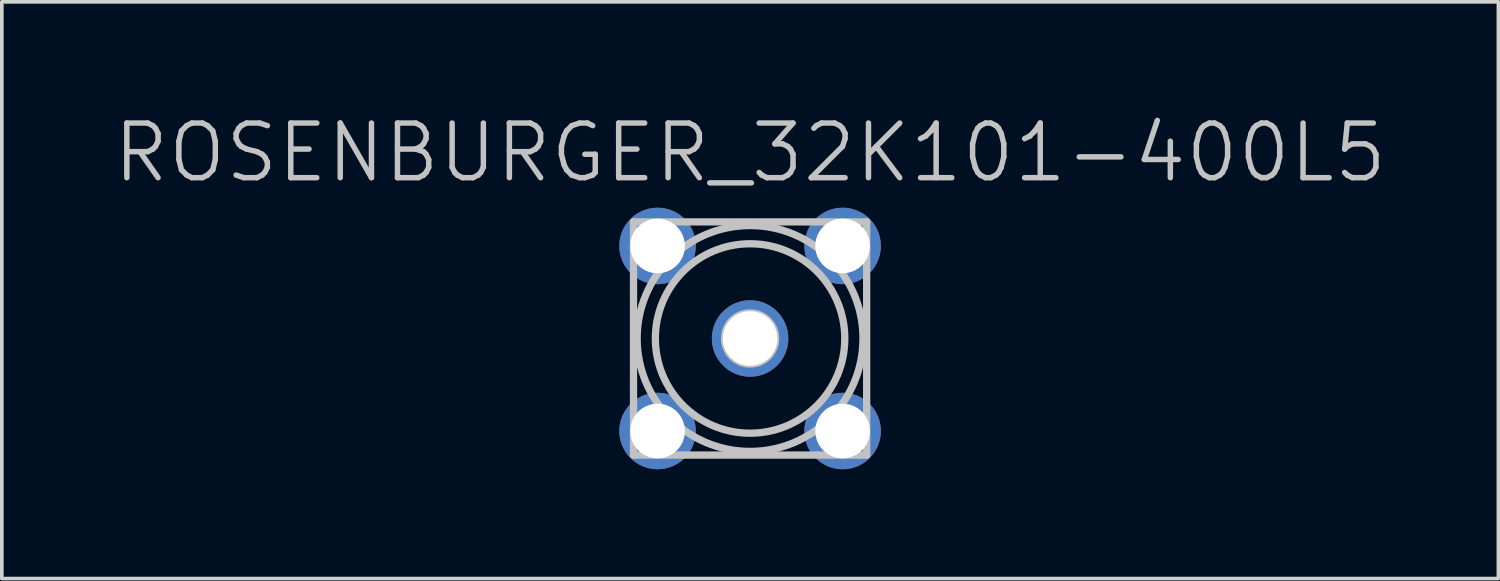
<source format=kicad_pcb>
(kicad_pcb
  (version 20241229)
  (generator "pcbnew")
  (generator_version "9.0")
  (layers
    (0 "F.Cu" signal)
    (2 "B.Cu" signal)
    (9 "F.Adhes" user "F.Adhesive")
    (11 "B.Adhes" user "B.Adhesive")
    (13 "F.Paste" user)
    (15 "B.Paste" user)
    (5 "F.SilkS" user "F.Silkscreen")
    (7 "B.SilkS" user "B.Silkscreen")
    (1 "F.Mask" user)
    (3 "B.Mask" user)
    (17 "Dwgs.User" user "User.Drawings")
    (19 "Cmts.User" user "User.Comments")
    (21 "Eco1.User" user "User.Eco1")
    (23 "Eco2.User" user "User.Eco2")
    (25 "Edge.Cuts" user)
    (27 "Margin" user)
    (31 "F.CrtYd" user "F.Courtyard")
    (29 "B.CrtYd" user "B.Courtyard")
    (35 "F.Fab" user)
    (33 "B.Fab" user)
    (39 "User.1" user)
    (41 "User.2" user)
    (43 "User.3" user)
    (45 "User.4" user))
  (footprint "ROSENBURGER_32K101-400L5"
    (layer "F.Cu")
    (at 17.539 6.241)
    (property "Reference" "ROSENBURGER_32K101-400L5" (at 0 -5.1 0) (layer "Dwgs.User") (effects (font (size 1.5 1.5) (thickness 0.15))))
    (attr through_hole)
    (fp_line (start -3.2 -3.2) (end -3.2 3.2) (stroke (width 0.2) (type solid)) (layer "Dwgs.User"))
    (fp_line (start -3.2 -3.2) (end 3.2 -3.2) (stroke (width 0.2) (type solid)) (layer "Dwgs.User"))
    (fp_line (start 3.2 -3.2) (end 3.2 3.2) (stroke (width 0.2) (type solid)) (layer "Dwgs.User"))
    (fp_line (start 3.2 3.2) (end -3.2 3.2) (stroke (width 0.2) (type solid)) (layer "Dwgs.User"))
    (fp_circle (center 0 0) (end -3.1 0) (stroke (width 0.2) (type solid)) (fill no) (layer "Dwgs.User"))
    (fp_circle (center 0 0) (end -2.6 0) (stroke (width 0.2) (type solid)) (fill no) (layer "Dwgs.User"))
    (fp_circle (center 0 0) (end -0.7 0) (stroke (width 0.2) (type solid)) (fill no) (layer "Dwgs.User"))
    (pad "1" thru_hole circle (at 0 0) (size 2.1 2.1) (drill 1.5) (layers "*.Cu" "*.Mask"))
    (pad "2" thru_hole circle (at -2.54 -2.54) (size 2.1 2.1) (drill 1.5) (layers "*.Cu" "*.Mask"))
    (pad "2" thru_hole circle (at -2.54 2.54) (size 2.1 2.1) (drill 1.5) (layers "*.Cu" "*.Mask"))
    (pad "2" thru_hole circle (at 2.54 -2.54) (size 2.1 2.1) (drill 1.5) (layers "*.Cu" "*.Mask"))
    (pad "2" thru_hole circle (at 2.54 2.54) (size 2.1 2.1) (drill 1.5) (layers "*.Cu" "*.Mask")))
  (gr_rect
    (start -3 -3)
    (end 38.079 12.831)
    (stroke (width 0.1) (type default))
    (fill no)
    (layer "Edge.Cuts")))
</source>
